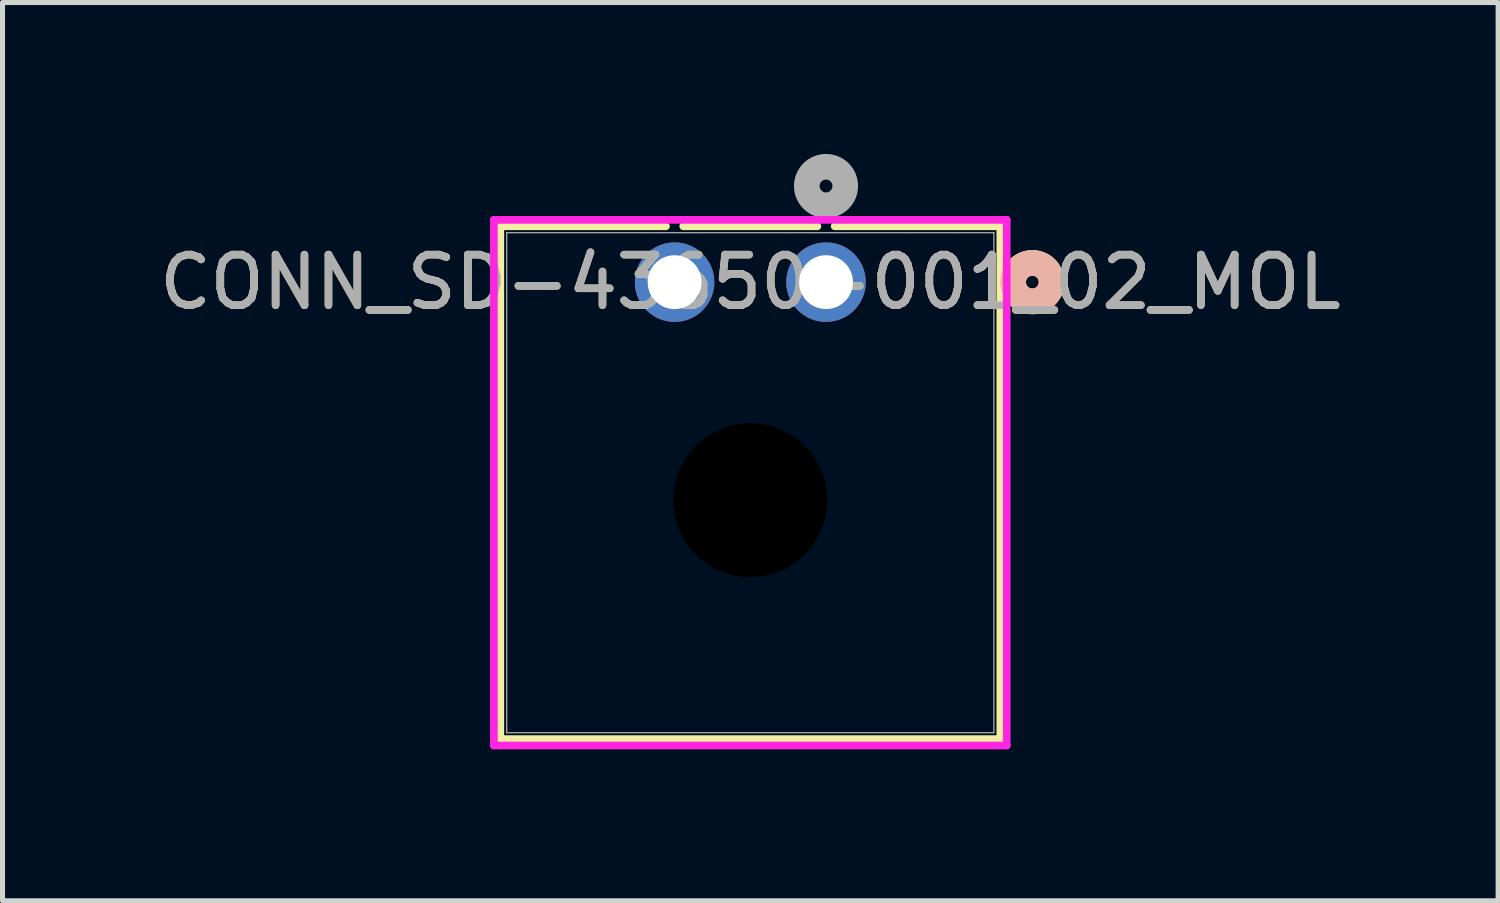
<source format=kicad_pcb>
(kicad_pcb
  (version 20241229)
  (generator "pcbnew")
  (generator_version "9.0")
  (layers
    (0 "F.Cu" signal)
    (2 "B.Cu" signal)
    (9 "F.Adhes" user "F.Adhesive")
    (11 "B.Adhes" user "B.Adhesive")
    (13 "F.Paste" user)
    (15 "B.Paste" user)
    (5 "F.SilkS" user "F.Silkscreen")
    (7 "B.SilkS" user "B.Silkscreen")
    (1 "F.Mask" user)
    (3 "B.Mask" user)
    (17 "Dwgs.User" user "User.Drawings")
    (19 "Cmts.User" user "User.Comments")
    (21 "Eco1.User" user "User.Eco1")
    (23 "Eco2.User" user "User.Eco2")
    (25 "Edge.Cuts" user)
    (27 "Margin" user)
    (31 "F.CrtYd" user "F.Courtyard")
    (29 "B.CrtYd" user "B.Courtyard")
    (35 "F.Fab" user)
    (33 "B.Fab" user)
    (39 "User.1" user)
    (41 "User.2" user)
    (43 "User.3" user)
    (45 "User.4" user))
  (footprint "CONN_SD-43650-001_02_MOL"
    (layer "F.Cu")
    (at 13.315 2.54)
    (property "Reference" "CONN_SD-43650-001_02_MOL" (at -1.5 0 0) (unlocked yes) (layer "F.SilkS") (effects (font (size 1 1) (thickness 0.15))))
    (attr through_hole)
    (fp_line (start -6.453 -1.107) (end -6.453 9.053) (stroke (width 0.152) (type solid)) (layer "F.SilkS"))
    (fp_line (start -6.453 9.053) (end 3.453 9.053) (stroke (width 0.152) (type solid)) (layer "F.SilkS"))
    (fp_line (start -3.171 -1.107) (end -6.453 -1.107) (stroke (width 0.152) (type solid)) (layer "F.SilkS"))
    (fp_line (start -0.171 -1.107) (end -2.829 -1.107) (stroke (width 0.152) (type solid)) (layer "F.SilkS"))
    (fp_line (start 3.453 -1.107) (end 0.171 -1.107) (stroke (width 0.152) (type solid)) (layer "F.SilkS"))
    (fp_line (start 3.453 9.053) (end 3.453 -1.107) (stroke (width 0.152) (type solid)) (layer "F.SilkS"))
    (fp_circle (center 4.088 0) (end 4.469 0) (stroke (width 0.508) (type solid)) (fill no) (layer "F.SilkS"))
    (fp_circle (center 4.088 0) (end 4.469 0) (stroke (width 0.508) (type solid)) (fill no) (layer "B.SilkS"))
    (fp_line (start -6.58 -1.234) (end -6.58 9.18) (stroke (width 0.152) (type solid)) (layer "F.CrtYd"))
    (fp_line (start -6.58 9.18) (end 3.58 9.18) (stroke (width 0.152) (type solid)) (layer "F.CrtYd"))
    (fp_line (start 3.58 -1.234) (end -6.58 -1.234) (stroke (width 0.152) (type solid)) (layer "F.CrtYd"))
    (fp_line (start 3.58 9.18) (end 3.58 -1.234) (stroke (width 0.152) (type solid)) (layer "F.CrtYd"))
    (fp_line (start -6.326 -0.98) (end -6.326 8.926) (stroke (width 0.025) (type solid)) (layer "F.Fab"))
    (fp_line (start -6.326 8.926) (end 3.326 8.926) (stroke (width 0.025) (type solid)) (layer "F.Fab"))
    (fp_line (start 3.326 -0.98) (end -6.326 -0.98) (stroke (width 0.025) (type solid)) (layer "F.Fab"))
    (fp_line (start 3.326 8.926) (end 3.326 -0.98) (stroke (width 0.025) (type solid)) (layer "F.Fab"))
    (fp_circle (center 0 -1.905) (end 0.381 -1.905) (stroke (width 0.508) (type solid)) (fill no) (layer "F.Fab"))
    (fp_text user "${REFERENCE}" (at -1.5 0 0) (unlocked yes) (layer "F.Fab") (effects (font (size 1 1) (thickness 0.15))))
    (pad "" np_thru_hole circle (at -1.5 4.32) (size 3.048 3.048) (drill 3.048) (layers))
    (pad "1" thru_hole circle (at 0 0) (size 1.575 1.575) (drill 1.067) (layers "*.Cu" "*.Mask"))
    (pad "2" thru_hole circle (at -3 0) (size 1.575 1.575) (drill 1.067) (layers "*.Cu" "*.Mask")))
  (gr_rect
    (start -3 -3)
    (end 26.631 14.796)
    (stroke (width 0.1) (type default))
    (fill no)
    (layer "Edge.Cuts")))
</source>
